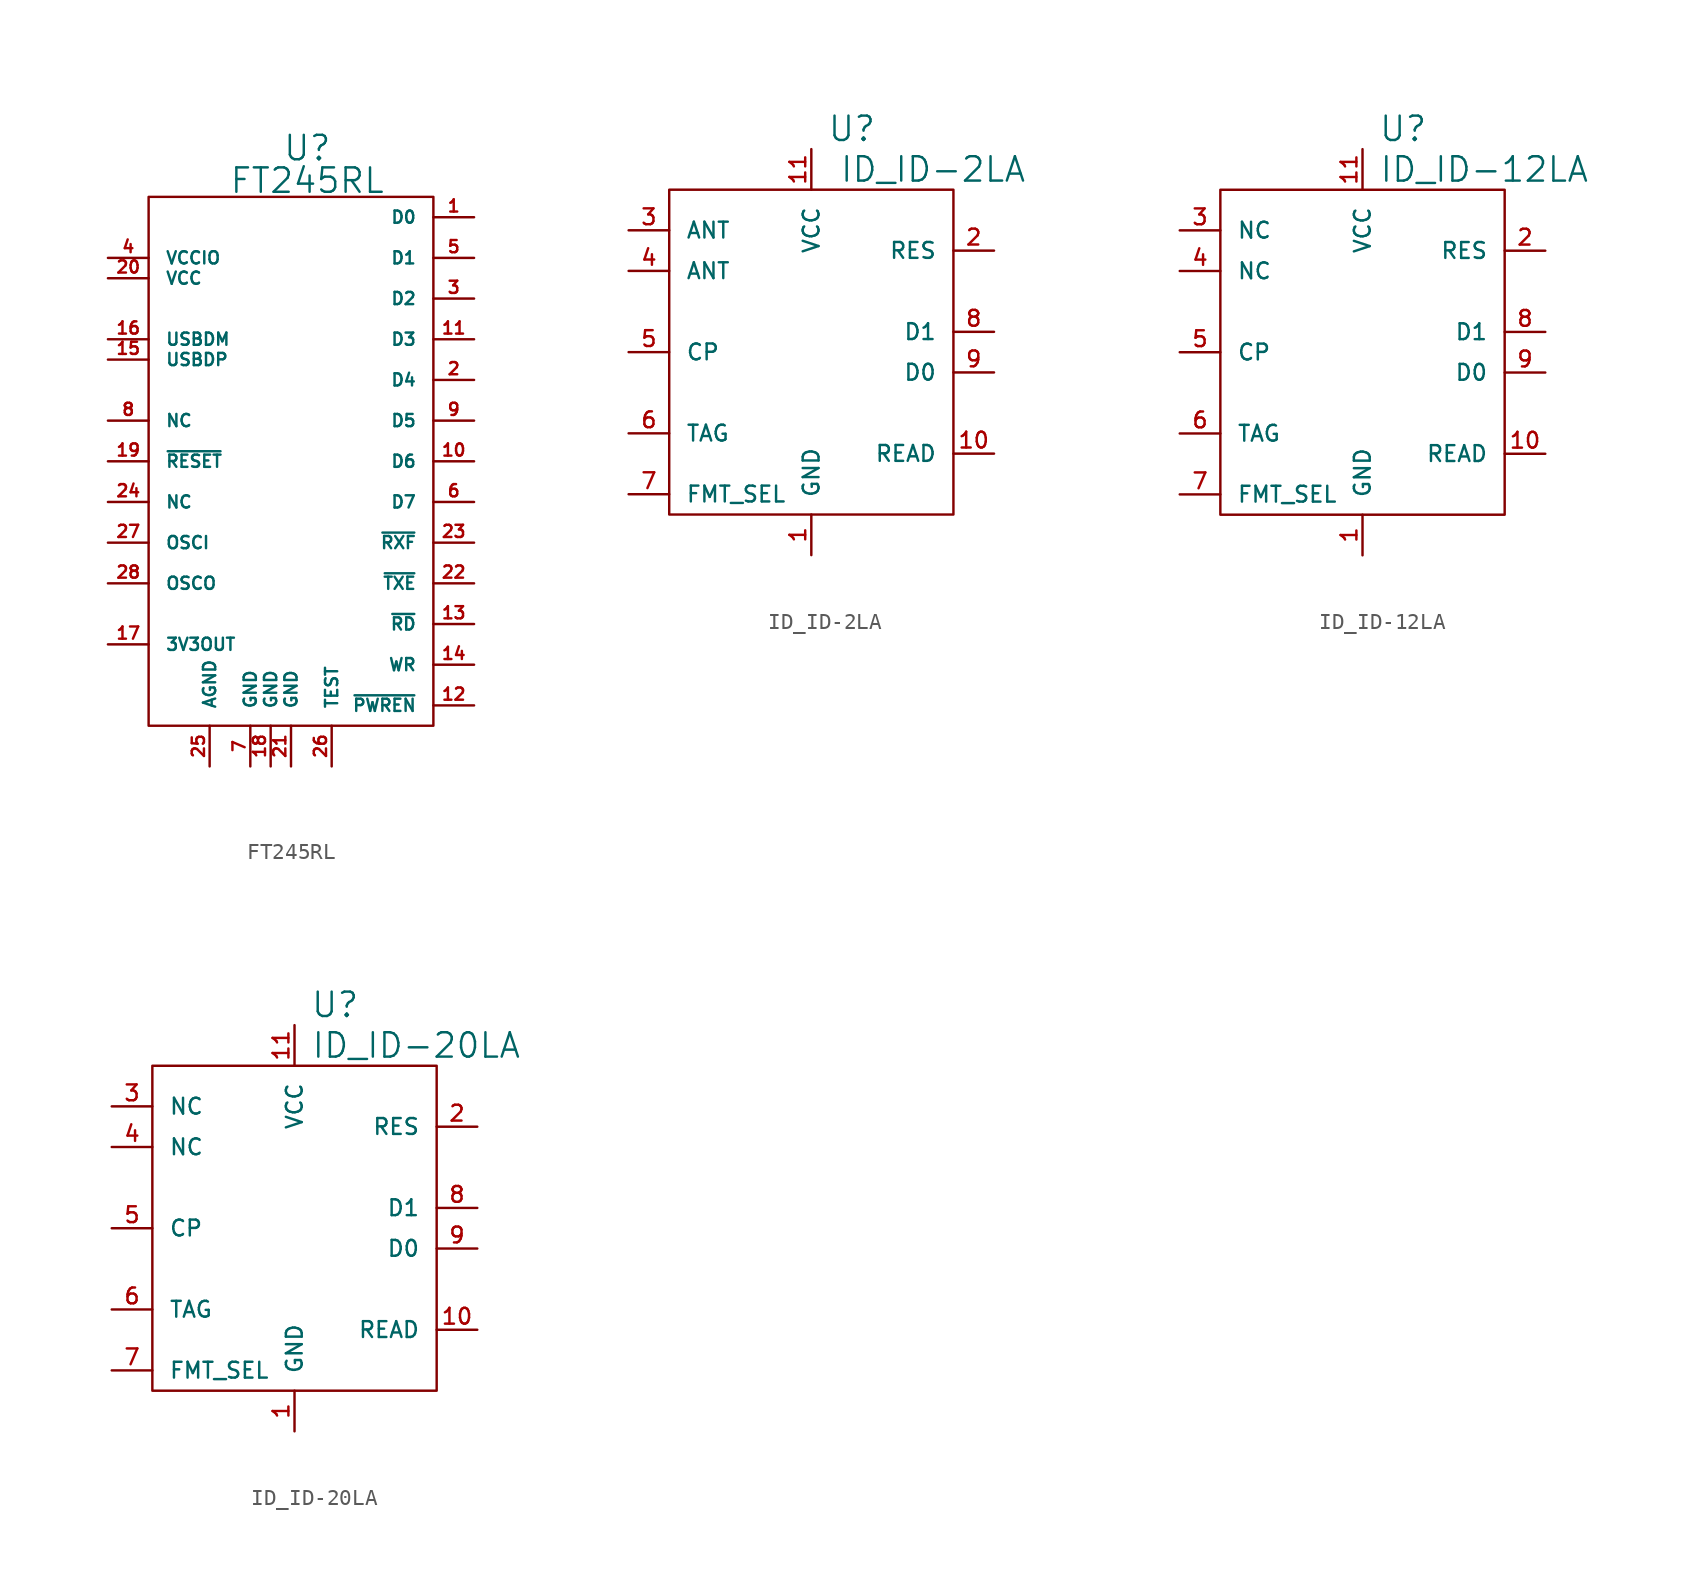
<source format=kicad_sym>
(kicad_symbol_lib
  (version 20220914)
  (generator kicad_symbol_editor)
  (symbol "FT245RL"
    (pin_names
      (offset 1.016))
    (property "Reference" "U"
      (at 1.016 19.558 0)
      (effects (font (size 1.524 1.524))))
    (property "Value" "FT245RL"
      (at 1.016 17.526 0)
      (effects (font (size 1.524 1.524))))
    (property "Footprint" ""
      (at 0 0 0)
      (effects (font (size 1.524 1.524))))
    (property "Datasheet" ""
      (at 0 0 0)
      (effects (font (size 1.524 1.524))))
    (symbol "FT245RL_0_1"
      (rectangle (start -8.89 16.51) (end 8.89 -16.51) (stroke (width 0) (type solid)) (fill (type none))))
    (symbol "FT245RL_1_1"
      (pin passive line (at 11.43 15.24 180) (length 2.54) (name "D0" (effects (font (size 0.762 0.762)))) (number "1" (effects (font (size 0.762 0.762)))))
      (pin passive line (at 11.43 0 180) (length 2.54) (name "D6" (effects (font (size 0.762 0.762)))) (number "10" (effects (font (size 0.762 0.762)))))
      (pin passive line (at 11.43 7.62 180) (length 2.54) (name "D3" (effects (font (size 0.762 0.762)))) (number "11" (effects (font (size 0.762 0.762)))))
      (pin passive line (at 11.43 -15.24 180) (length 2.54) (name "~{PWREN}" (effects (font (size 0.762 0.762)))) (number "12" (effects (font (size 0.762 0.762)))))
      (pin passive line (at 11.43 -10.16 180) (length 2.54) (name "~{RD}" (effects (font (size 0.762 0.762)))) (number "13" (effects (font (size 0.762 0.762)))))
      (pin passive line (at 11.43 -12.7 180) (length 2.54) (name "WR" (effects (font (size 0.762 0.762)))) (number "14" (effects (font (size 0.762 0.762)))))
      (pin passive line (at -11.43 6.35 0) (length 2.54) (name "USBDP" (effects (font (size 0.762 0.762)))) (number "15" (effects (font (size 0.762 0.762)))))
      (pin passive line (at -11.43 7.62 0) (length 2.54) (name "USBDM" (effects (font (size 0.762 0.762)))) (number "16" (effects (font (size 0.762 0.762)))))
      (pin passive line (at -11.43 -11.43 0) (length 2.54) (name "3V3OUT" (effects (font (size 0.762 0.762)))) (number "17" (effects (font (size 0.762 0.762)))))
      (pin passive line (at -1.27 -19.05 90) (length 2.54) (name "GND" (effects (font (size 0.762 0.762)))) (number "18" (effects (font (size 0.762 0.762)))))
      (pin passive line (at -11.43 0 0) (length 2.54) (name "~{RESET}" (effects (font (size 0.762 0.762)))) (number "19" (effects (font (size 0.762 0.762)))))
      (pin passive line (at 11.43 5.08 180) (length 2.54) (name "D4" (effects (font (size 0.762 0.762)))) (number "2" (effects (font (size 0.762 0.762)))))
      (pin passive line (at -11.43 11.43 0) (length 2.54) (name "VCC" (effects (font (size 0.762 0.762)))) (number "20" (effects (font (size 0.762 0.762)))))
      (pin passive line (at 0 -19.05 90) (length 2.54) (name "GND" (effects (font (size 0.762 0.762)))) (number "21" (effects (font (size 0.762 0.762)))))
      (pin passive line (at 11.43 -7.62 180) (length 2.54) (name "~{TXE}" (effects (font (size 0.762 0.762)))) (number "22" (effects (font (size 0.762 0.762)))))
      (pin passive line (at 11.43 -5.08 180) (length 2.54) (name "~{RXF}" (effects (font (size 0.762 0.762)))) (number "23" (effects (font (size 0.762 0.762)))))
      (pin passive line (at -11.43 -2.54 0) (length 2.54) (name "NC" (effects (font (size 0.762 0.762)))) (number "24" (effects (font (size 0.762 0.762)))))
      (pin passive line (at -5.08 -19.05 90) (length 2.54) (name "AGND" (effects (font (size 0.762 0.762)))) (number "25" (effects (font (size 0.762 0.762)))))
      (pin passive line (at 2.54 -19.05 90) (length 2.54) (name "TEST" (effects (font (size 0.762 0.762)))) (number "26" (effects (font (size 0.762 0.762)))))
      (pin passive line (at -11.43 -5.08 0) (length 2.54) (name "OSCI" (effects (font (size 0.762 0.762)))) (number "27" (effects (font (size 0.762 0.762)))))
      (pin passive line (at -11.43 -7.62 0) (length 2.54) (name "OSCO" (effects (font (size 0.762 0.762)))) (number "28" (effects (font (size 0.762 0.762)))))
      (pin passive line (at 11.43 10.16 180) (length 2.54) (name "D2" (effects (font (size 0.762 0.762)))) (number "3" (effects (font (size 0.762 0.762)))))
      (pin passive line (at -11.43 12.7 0) (length 2.54) (name "VCCIO" (effects (font (size 0.762 0.762)))) (number "4" (effects (font (size 0.762 0.762)))))
      (pin passive line (at 11.43 12.7 180) (length 2.54) (name "D1" (effects (font (size 0.762 0.762)))) (number "5" (effects (font (size 0.762 0.762)))))
      (pin passive line (at 11.43 -2.54 180) (length 2.54) (name "D7" (effects (font (size 0.762 0.762)))) (number "6" (effects (font (size 0.762 0.762)))))
      (pin passive line (at -2.54 -19.05 90) (length 2.54) (name "GND" (effects (font (size 0.762 0.762)))) (number "7" (effects (font (size 0.762 0.762)))))
      (pin passive line (at -11.43 2.54 0) (length 2.54) (name "NC" (effects (font (size 0.762 0.762)))) (number "8" (effects (font (size 0.762 0.762)))))
      (pin passive line (at 11.43 2.54 180) (length 2.54) (name "D5" (effects (font (size 0.762 0.762)))) (number "9" (effects (font (size 0.762 0.762)))))))
  (symbol "ID_ID-2LA"
    (pin_names
      (offset 1.016))
    (property "Reference" "U"
      (at 2.54 13.97 0)
      (effects (font (size 1.524 1.524))))
    (property "Value" "ID_ID-2LA"
      (at 7.62 11.43 0)
      (effects (font (size 1.524 1.524))))
    (property "Footprint" ""
      (at 0 -2.54 0)
      (effects (font (size 1.524 1.524))))
    (property "Datasheet" ""
      (at 0 0 0)
      (effects (font (size 1.524 1.524))))
    (symbol "ID_ID-2LA_0_1"
      (rectangle (start 8.89 10.16) (end -8.89 -10.16) (stroke (width 0) (type solid)) (fill (type none))))
    (symbol "ID_ID-2LA_1_1"
      (pin passive line (at 0 -12.7 90) (length 2.54) (name "GND" (effects (font (size 0.991 0.991)))) (number "1" (effects (font (size 0.991 0.991)))))
      (pin passive line (at 11.43 -6.35 180) (length 2.54) (name "READ" (effects (font (size 0.991 0.991)))) (number "10" (effects (font (size 0.991 0.991)))))
      (pin passive line (at 0 12.7 270) (length 2.54) (name "VCC" (effects (font (size 0.991 0.991)))) (number "11" (effects (font (size 0.991 0.991)))))
      (pin passive line (at 11.43 6.35 180) (length 2.54) (name "RES" (effects (font (size 0.991 0.991)))) (number "2" (effects (font (size 0.991 0.991)))))
      (pin passive line (at -11.43 7.62 0) (length 2.54) (name "ANT" (effects (font (size 0.991 0.991)))) (number "3" (effects (font (size 0.991 0.991)))))
      (pin passive line (at -11.43 5.08 0) (length 2.54) (name "ANT" (effects (font (size 0.991 0.991)))) (number "4" (effects (font (size 0.991 0.991)))))
      (pin passive line (at -11.43 0 0) (length 2.54) (name "CP" (effects (font (size 0.991 0.991)))) (number "5" (effects (font (size 0.991 0.991)))))
      (pin passive line (at -11.43 -5.08 0) (length 2.54) (name "TAG" (effects (font (size 0.991 0.991)))) (number "6" (effects (font (size 0.991 0.991)))))
      (pin passive line (at -11.43 -8.89 0) (length 2.54) (name "FMT_SEL" (effects (font (size 0.991 0.991)))) (number "7" (effects (font (size 0.991 0.991)))))
      (pin passive line (at 11.43 1.27 180) (length 2.54) (name "D1" (effects (font (size 0.991 0.991)))) (number "8" (effects (font (size 0.991 0.991)))))
      (pin passive line (at 11.43 -1.27 180) (length 2.54) (name "D0" (effects (font (size 0.991 0.991)))) (number "9" (effects (font (size 0.991 0.991)))))))
  (symbol "ID_ID-12LA"
    (pin_names
      (offset 1.016))
    (property "Reference" "U"
      (at 2.54 13.97 0)
      (effects (font (size 1.524 1.524))))
    (property "Value" "ID_ID-12LA"
      (at 7.62 11.43 0)
      (effects (font (size 1.524 1.524))))
    (property "Footprint" ""
      (at 0 -2.54 0)
      (effects (font (size 1.524 1.524))))
    (property "Datasheet" ""
      (at 0 0 0)
      (effects (font (size 1.524 1.524))))
    (symbol "ID_ID-12LA_0_1"
      (rectangle (start 8.89 10.16) (end -8.89 -10.16) (stroke (width 0) (type solid)) (fill (type none))))
    (symbol "ID_ID-12LA_1_1"
      (pin passive line (at 0 -12.7 90) (length 2.54) (name "GND" (effects (font (size 0.991 0.991)))) (number "1" (effects (font (size 0.991 0.991)))))
      (pin passive line (at 11.43 -6.35 180) (length 2.54) (name "READ" (effects (font (size 0.991 0.991)))) (number "10" (effects (font (size 0.991 0.991)))))
      (pin passive line (at 0 12.7 270) (length 2.54) (name "VCC" (effects (font (size 0.991 0.991)))) (number "11" (effects (font (size 0.991 0.991)))))
      (pin passive line (at 11.43 6.35 180) (length 2.54) (name "RES" (effects (font (size 0.991 0.991)))) (number "2" (effects (font (size 0.991 0.991)))))
      (pin passive line (at -11.43 7.62 0) (length 2.54) (name "NC" (effects (font (size 0.991 0.991)))) (number "3" (effects (font (size 0.991 0.991)))))
      (pin passive line (at -11.43 5.08 0) (length 2.54) (name "NC" (effects (font (size 0.991 0.991)))) (number "4" (effects (font (size 0.991 0.991)))))
      (pin passive line (at -11.43 0 0) (length 2.54) (name "CP" (effects (font (size 0.991 0.991)))) (number "5" (effects (font (size 0.991 0.991)))))
      (pin passive line (at -11.43 -5.08 0) (length 2.54) (name "TAG" (effects (font (size 0.991 0.991)))) (number "6" (effects (font (size 0.991 0.991)))))
      (pin passive line (at -11.43 -8.89 0) (length 2.54) (name "FMT_SEL" (effects (font (size 0.991 0.991)))) (number "7" (effects (font (size 0.991 0.991)))))
      (pin passive line (at 11.43 1.27 180) (length 2.54) (name "D1" (effects (font (size 0.991 0.991)))) (number "8" (effects (font (size 0.991 0.991)))))
      (pin passive line (at 11.43 -1.27 180) (length 2.54) (name "D0" (effects (font (size 0.991 0.991)))) (number "9" (effects (font (size 0.991 0.991)))))))
  (symbol "ID_ID-20LA"
    (pin_names
      (offset 1.016))
    (property "Reference" "U"
      (at 2.54 13.97 0)
      (effects (font (size 1.524 1.524))))
    (property "Value" "ID_ID-20LA"
      (at 7.62 11.43 0)
      (effects (font (size 1.524 1.524))))
    (property "Footprint" ""
      (at 0 -2.54 0)
      (effects (font (size 1.524 1.524))))
    (property "Datasheet" ""
      (at 0 0 0)
      (effects (font (size 1.524 1.524))))
    (symbol "ID_ID-20LA_0_1"
      (rectangle (start 8.89 10.16) (end -8.89 -10.16) (stroke (width 0) (type solid)) (fill (type none))))
    (symbol "ID_ID-20LA_1_1"
      (pin passive line (at 0 -12.7 90) (length 2.54) (name "GND" (effects (font (size 0.991 0.991)))) (number "1" (effects (font (size 0.991 0.991)))))
      (pin passive line (at 11.43 -6.35 180) (length 2.54) (name "READ" (effects (font (size 0.991 0.991)))) (number "10" (effects (font (size 0.991 0.991)))))
      (pin passive line (at 0 12.7 270) (length 2.54) (name "VCC" (effects (font (size 0.991 0.991)))) (number "11" (effects (font (size 0.991 0.991)))))
      (pin passive line (at 11.43 6.35 180) (length 2.54) (name "RES" (effects (font (size 0.991 0.991)))) (number "2" (effects (font (size 0.991 0.991)))))
      (pin passive line (at -11.43 7.62 0) (length 2.54) (name "NC" (effects (font (size 0.991 0.991)))) (number "3" (effects (font (size 0.991 0.991)))))
      (pin passive line (at -11.43 5.08 0) (length 2.54) (name "NC" (effects (font (size 0.991 0.991)))) (number "4" (effects (font (size 0.991 0.991)))))
      (pin passive line (at -11.43 0 0) (length 2.54) (name "CP" (effects (font (size 0.991 0.991)))) (number "5" (effects (font (size 0.991 0.991)))))
      (pin passive line (at -11.43 -5.08 0) (length 2.54) (name "TAG" (effects (font (size 0.991 0.991)))) (number "6" (effects (font (size 0.991 0.991)))))
      (pin passive line (at -11.43 -8.89 0) (length 2.54) (name "FMT_SEL" (effects (font (size 0.991 0.991)))) (number "7" (effects (font (size 0.991 0.991)))))
      (pin passive line (at 11.43 1.27 180) (length 2.54) (name "D1" (effects (font (size 0.991 0.991)))) (number "8" (effects (font (size 0.991 0.991)))))
      (pin passive line (at 11.43 -1.27 180) (length 2.54) (name "D0" (effects (font (size 0.991 0.991)))) (number "9" (effects (font (size 0.991 0.991))))))))
</source>
